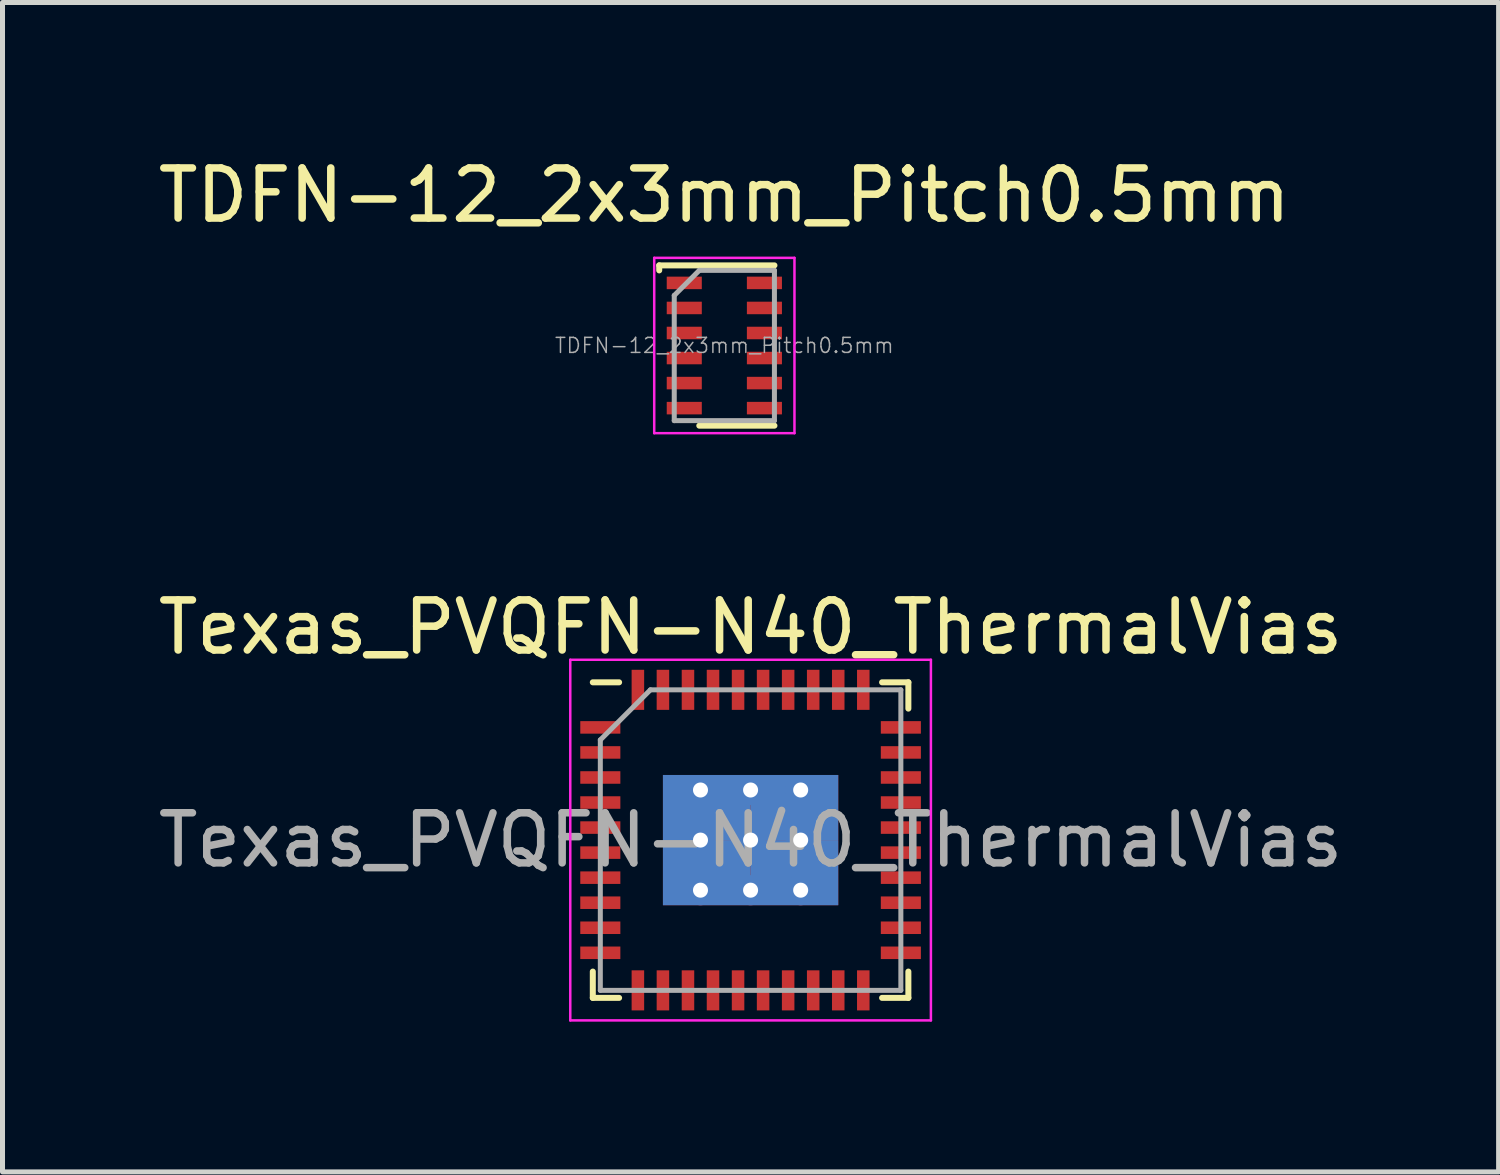
<source format=kicad_pcb>
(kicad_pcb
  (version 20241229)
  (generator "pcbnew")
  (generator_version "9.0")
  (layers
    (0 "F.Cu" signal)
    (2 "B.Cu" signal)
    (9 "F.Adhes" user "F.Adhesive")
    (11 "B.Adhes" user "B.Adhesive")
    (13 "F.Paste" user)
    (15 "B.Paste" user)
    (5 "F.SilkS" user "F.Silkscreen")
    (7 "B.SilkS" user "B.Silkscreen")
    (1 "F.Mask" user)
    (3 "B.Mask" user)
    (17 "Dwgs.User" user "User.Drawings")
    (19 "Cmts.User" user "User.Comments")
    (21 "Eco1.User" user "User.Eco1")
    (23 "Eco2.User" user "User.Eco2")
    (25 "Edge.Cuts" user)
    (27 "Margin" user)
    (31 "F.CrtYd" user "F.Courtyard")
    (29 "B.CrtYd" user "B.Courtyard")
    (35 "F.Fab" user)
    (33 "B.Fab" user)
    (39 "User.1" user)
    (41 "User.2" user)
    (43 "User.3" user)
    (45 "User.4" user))
  (footprint "Texas_PVQFN-N40_ThermalVias"
    (layer "F.Cu")
    (at 11.935 13.722)
    (property "Reference" "Texas_PVQFN-N40_ThermalVias" (at 0 -4.25 0) (layer "F.SilkS") (effects (font (size 1 1) (thickness 0.15))))
    (attr smd)
    (fp_line (start -3.15 -3.15) (end -2.625 -3.15) (stroke (width 0.12) (type solid)) (layer "F.SilkS"))
    (fp_line (start -3.15 3.15) (end -3.15 2.625) (stroke (width 0.12) (type solid)) (layer "F.SilkS"))
    (fp_line (start -3.15 3.15) (end -2.625 3.15) (stroke (width 0.12) (type solid)) (layer "F.SilkS"))
    (fp_line (start 3.15 -3.15) (end 2.625 -3.15) (stroke (width 0.12) (type solid)) (layer "F.SilkS"))
    (fp_line (start 3.15 -3.15) (end 3.15 -2.625) (stroke (width 0.12) (type solid)) (layer "F.SilkS"))
    (fp_line (start 3.15 3.15) (end 2.625 3.15) (stroke (width 0.12) (type solid)) (layer "F.SilkS"))
    (fp_line (start 3.15 3.15) (end 3.15 2.625) (stroke (width 0.12) (type solid)) (layer "F.SilkS"))
    (fp_line (start -3.6 -3.6) (end -3.6 3.6) (stroke (width 0.05) (type solid)) (layer "F.CrtYd"))
    (fp_line (start -3.6 -3.6) (end 3.6 -3.6) (stroke (width 0.05) (type solid)) (layer "F.CrtYd"))
    (fp_line (start -3.6 3.6) (end 3.6 3.6) (stroke (width 0.05) (type solid)) (layer "F.CrtYd"))
    (fp_line (start 3.6 -3.6) (end 3.6 3.6) (stroke (width 0.05) (type solid)) (layer "F.CrtYd"))
    (fp_line (start -3 3) (end -3 -2) (stroke (width 0.1) (type solid)) (layer "F.Fab"))
    (fp_line (start -2 -3) (end -3 -2) (stroke (width 0.1) (type solid)) (layer "F.Fab"))
    (fp_line (start -2 -3) (end 3 -3) (stroke (width 0.1) (type solid)) (layer "F.Fab"))
    (fp_line (start 3 -3) (end 3 3) (stroke (width 0.1) (type solid)) (layer "F.Fab"))
    (fp_line (start 3 3) (end -3 3) (stroke (width 0.1) (type solid)) (layer "F.Fab"))
    (fp_text user "${REFERENCE}" (at 0 0 0) (layer "F.Fab") (effects (font (size 1 1) (thickness 0.15))))
    (pad "1" smd rect (at -3 -2.25) (size 0.8 0.25) (layers "F.Cu" "F.Mask" "F.Paste"))
    (pad "2" smd rect (at -3 -1.75) (size 0.8 0.25) (layers "F.Cu" "F.Mask" "F.Paste"))
    (pad "3" smd rect (at -3 -1.25) (size 0.8 0.25) (layers "F.Cu" "F.Mask" "F.Paste"))
    (pad "4" smd rect (at -3 -0.75) (size 0.8 0.25) (layers "F.Cu" "F.Mask" "F.Paste"))
    (pad "5" smd rect (at -3 -0.25) (size 0.8 0.25) (layers "F.Cu" "F.Mask" "F.Paste"))
    (pad "6" smd rect (at -3 0.25) (size 0.8 0.25) (layers "F.Cu" "F.Mask" "F.Paste"))
    (pad "7" smd rect (at -3 0.75) (size 0.8 0.25) (layers "F.Cu" "F.Mask" "F.Paste"))
    (pad "8" smd rect (at -3 1.25) (size 0.8 0.25) (layers "F.Cu" "F.Mask" "F.Paste"))
    (pad "9" smd rect (at -3 1.75) (size 0.8 0.25) (layers "F.Cu" "F.Mask" "F.Paste"))
    (pad "10" smd rect (at -3 2.25) (size 0.8 0.25) (layers "F.Cu" "F.Mask" "F.Paste"))
    (pad "11" smd rect (at -2.25 3 90) (size 0.8 0.25) (layers "F.Cu" "F.Mask" "F.Paste"))
    (pad "12" smd rect (at -1.75 3 90) (size 0.8 0.25) (layers "F.Cu" "F.Mask" "F.Paste"))
    (pad "13" smd rect (at -1.25 3 90) (size 0.8 0.25) (layers "F.Cu" "F.Mask" "F.Paste"))
    (pad "14" smd rect (at -0.75 3 90) (size 0.8 0.25) (layers "F.Cu" "F.Mask" "F.Paste"))
    (pad "15" smd rect (at -0.25 3 90) (size 0.8 0.25) (layers "F.Cu" "F.Mask" "F.Paste"))
    (pad "16" smd rect (at 0.25 3 90) (size 0.8 0.25) (layers "F.Cu" "F.Mask" "F.Paste"))
    (pad "17" smd rect (at 0.75 3 90) (size 0.8 0.25) (layers "F.Cu" "F.Mask" "F.Paste"))
    (pad "18" smd rect (at 1.25 3 90) (size 0.8 0.25) (layers "F.Cu" "F.Mask" "F.Paste"))
    (pad "19" smd rect (at 1.75 3 90) (size 0.8 0.25) (layers "F.Cu" "F.Mask" "F.Paste"))
    (pad "20" smd rect (at 2.25 3 90) (size 0.8 0.25) (layers "F.Cu" "F.Mask" "F.Paste"))
    (pad "21" smd rect (at 3 2.25) (size 0.8 0.25) (layers "F.Cu" "F.Mask" "F.Paste"))
    (pad "22" smd rect (at 3 1.75) (size 0.8 0.25) (layers "F.Cu" "F.Mask" "F.Paste"))
    (pad "23" smd rect (at 3 1.25) (size 0.8 0.25) (layers "F.Cu" "F.Mask" "F.Paste"))
    (pad "24" smd rect (at 3 0.75) (size 0.8 0.25) (layers "F.Cu" "F.Mask" "F.Paste"))
    (pad "25" smd rect (at 3 0.25) (size 0.8 0.25) (layers "F.Cu" "F.Mask" "F.Paste"))
    (pad "26" smd rect (at 3 -0.25) (size 0.8 0.25) (layers "F.Cu" "F.Mask" "F.Paste"))
    (pad "27" smd rect (at 3 -0.75) (size 0.8 0.25) (layers "F.Cu" "F.Mask" "F.Paste"))
    (pad "28" smd rect (at 3 -1.25) (size 0.8 0.25) (layers "F.Cu" "F.Mask" "F.Paste"))
    (pad "29" smd rect (at 3 -1.75) (size 0.8 0.25) (layers "F.Cu" "F.Mask" "F.Paste"))
    (pad "30" smd rect (at 3 -2.25) (size 0.8 0.25) (layers "F.Cu" "F.Mask" "F.Paste"))
    (pad "31" smd rect (at 2.25 -3 90) (size 0.8 0.25) (layers "F.Cu" "F.Mask" "F.Paste"))
    (pad "32" smd rect (at 1.75 -3 90) (size 0.8 0.25) (layers "F.Cu" "F.Mask" "F.Paste"))
    (pad "33" smd rect (at 1.25 -3 90) (size 0.8 0.25) (layers "F.Cu" "F.Mask" "F.Paste"))
    (pad "34" smd rect (at 0.75 -3 90) (size 0.8 0.25) (layers "F.Cu" "F.Mask" "F.Paste"))
    (pad "35" smd rect (at 0.25 -3 90) (size 0.8 0.25) (layers "F.Cu" "F.Mask" "F.Paste"))
    (pad "36" smd rect (at -0.25 -3 90) (size 0.8 0.25) (layers "F.Cu" "F.Mask" "F.Paste"))
    (pad "37" smd rect (at -0.75 -3 90) (size 0.8 0.25) (layers "F.Cu" "F.Mask" "F.Paste"))
    (pad "38" smd rect (at -1.25 -3 90) (size 0.8 0.25) (layers "F.Cu" "F.Mask" "F.Paste"))
    (pad "39" smd rect (at -1.75 -3 90) (size 0.8 0.25) (layers "F.Cu" "F.Mask" "F.Paste"))
    (pad "40" smd rect (at -2.25 -3 90) (size 0.8 0.25) (layers "F.Cu" "F.Mask" "F.Paste"))
    (pad "41" thru_hole circle (at -1 -1) (size 0.6 0.6) (drill 0.3) (layers "*.Cu" "*.Mask"))
    (pad "41" thru_hole circle (at -1 0) (size 0.6 0.6) (drill 0.3) (layers "*.Cu" "*.Mask"))
    (pad "41" thru_hole circle (at -1 1) (size 0.6 0.6) (drill 0.3) (layers "*.Cu" "*.Mask"))
    (pad "41" smd rect (at -0.875 -0.65 90) (size 1.3 1.75) (layers "F.Cu" "F.Mask" "F.Paste"))
    (pad "41" smd rect (at -0.875 -0.65 90) (size 1.3 1.75) (layers "B.Cu" "B.Mask"))
    (pad "41" smd rect (at -0.875 0.65 90) (size 1.3 1.75) (layers "F.Cu" "F.Mask" "F.Paste"))
    (pad "41" smd rect (at -0.875 0.65 90) (size 1.3 1.75) (layers "B.Cu" "B.Mask"))
    (pad "41" thru_hole circle (at 0 -1) (size 0.6 0.6) (drill 0.3) (layers "*.Cu" "*.Mask"))
    (pad "41" thru_hole circle (at 0 0) (size 0.6 0.6) (drill 0.3) (layers "*.Cu" "*.Mask"))
    (pad "41" thru_hole circle (at 0 1) (size 0.6 0.6) (drill 0.3) (layers "*.Cu" "*.Mask"))
    (pad "41" smd rect (at 0.875 -0.65 90) (size 1.3 1.75) (layers "F.Cu" "F.Mask" "F.Paste"))
    (pad "41" smd rect (at 0.875 -0.65 90) (size 1.3 1.75) (layers "B.Cu" "B.Mask"))
    (pad "41" smd rect (at 0.875 0.65 90) (size 1.3 1.75) (layers "F.Cu" "F.Mask" "F.Paste"))
    (pad "41" smd rect (at 0.875 0.65 90) (size 1.3 1.75) (layers "B.Cu" "B.Mask"))
    (pad "41" thru_hole circle (at 1 -1) (size 0.6 0.6) (drill 0.3) (layers "*.Cu" "*.Mask"))
    (pad "41" thru_hole circle (at 1 0) (size 0.6 0.6) (drill 0.3) (layers "*.Cu" "*.Mask"))
    (pad "41" thru_hole circle (at 1 1) (size 0.6 0.6) (drill 0.3) (layers "*.Cu" "*.Mask")))
  (footprint "TDFN-12_2x3mm_Pitch0.5mm"
    (layer "F.Cu")
    (at 11.411 3.848)
    (property "Reference" "TDFN-12_2x3mm_Pitch0.5mm" (at 0 -3 0) (layer "F.SilkS") (effects (font (size 1 1) (thickness 0.15))))
    (attr smd)
    (fp_line (start -1.3 -1.6) (end -1.3 -1.5) (stroke (width 0.12) (type solid)) (layer "F.SilkS"))
    (fp_line (start 1 -1.6) (end -1.3 -1.6) (stroke (width 0.12) (type solid)) (layer "F.SilkS"))
    (fp_line (start 1 1.6) (end -0.5 1.6) (stroke (width 0.12) (type solid)) (layer "F.SilkS"))
    (fp_line (start -1.4 -1.75) (end -1.4 1.75) (stroke (width 0.05) (type solid)) (layer "F.CrtYd"))
    (fp_line (start -1.4 1.75) (end 1.4 1.75) (stroke (width 0.05) (type solid)) (layer "F.CrtYd"))
    (fp_line (start 1.4 -1.75) (end -1.4 -1.75) (stroke (width 0.05) (type solid)) (layer "F.CrtYd"))
    (fp_line (start 1.4 1.75) (end 1.4 -1.75) (stroke (width 0.05) (type solid)) (layer "F.CrtYd"))
    (fp_line (start -1 1.5) (end -1 -1) (stroke (width 0.1) (type solid)) (layer "F.Fab"))
    (fp_line (start -0.5 -1.5) (end -1 -1) (stroke (width 0.1) (type solid)) (layer "F.Fab"))
    (fp_line (start -0.5 -1.5) (end 1 -1.5) (stroke (width 0.1) (type solid)) (layer "F.Fab"))
    (fp_line (start 1 -1.5) (end 1 1.5) (stroke (width 0.1) (type solid)) (layer "F.Fab"))
    (fp_line (start 1 1.5) (end -1 1.5) (stroke (width 0.1) (type solid)) (layer "F.Fab"))
    (fp_text user "${REFERENCE}" (at 0 0 0) (layer "F.Fab") (effects (font (size 0.3 0.3) (thickness 0.03))))
    (pad "1" smd rect (at -0.8 -1.25) (size 0.7 0.25) (layers "F.Cu" "F.Mask" "F.Paste"))
    (pad "2" smd rect (at -0.8 -0.75) (size 0.7 0.25) (layers "F.Cu" "F.Mask" "F.Paste"))
    (pad "3" smd rect (at -0.8 -0.25) (size 0.7 0.25) (layers "F.Cu" "F.Mask" "F.Paste"))
    (pad "4" smd rect (at -0.8 0.25) (size 0.7 0.25) (layers "F.Cu" "F.Mask" "F.Paste"))
    (pad "5" smd rect (at -0.8 0.75) (size 0.7 0.25) (layers "F.Cu" "F.Mask" "F.Paste"))
    (pad "6" smd rect (at -0.8 1.25) (size 0.7 0.25) (layers "F.Cu" "F.Mask" "F.Paste"))
    (pad "7" smd rect (at 0.8 1.25) (size 0.7 0.25) (layers "F.Cu" "F.Mask" "F.Paste"))
    (pad "8" smd rect (at 0.8 0.75) (size 0.7 0.25) (layers "F.Cu" "F.Mask" "F.Paste"))
    (pad "9" smd rect (at 0.8 0.25) (size 0.7 0.25) (layers "F.Cu" "F.Mask" "F.Paste"))
    (pad "10" smd rect (at 0.8 -0.25) (size 0.7 0.25) (layers "F.Cu" "F.Mask" "F.Paste"))
    (pad "11" smd rect (at 0.8 -0.75) (size 0.7 0.25) (layers "F.Cu" "F.Mask" "F.Paste"))
    (pad "12" smd rect (at 0.8 -1.25) (size 0.7 0.25) (layers "F.Cu" "F.Mask" "F.Paste")))
  (gr_rect
    (start -3 -3)
    (end 26.869 20.346)
    (stroke (width 0.1) (type default))
    (fill no)
    (layer "Edge.Cuts")))
</source>
